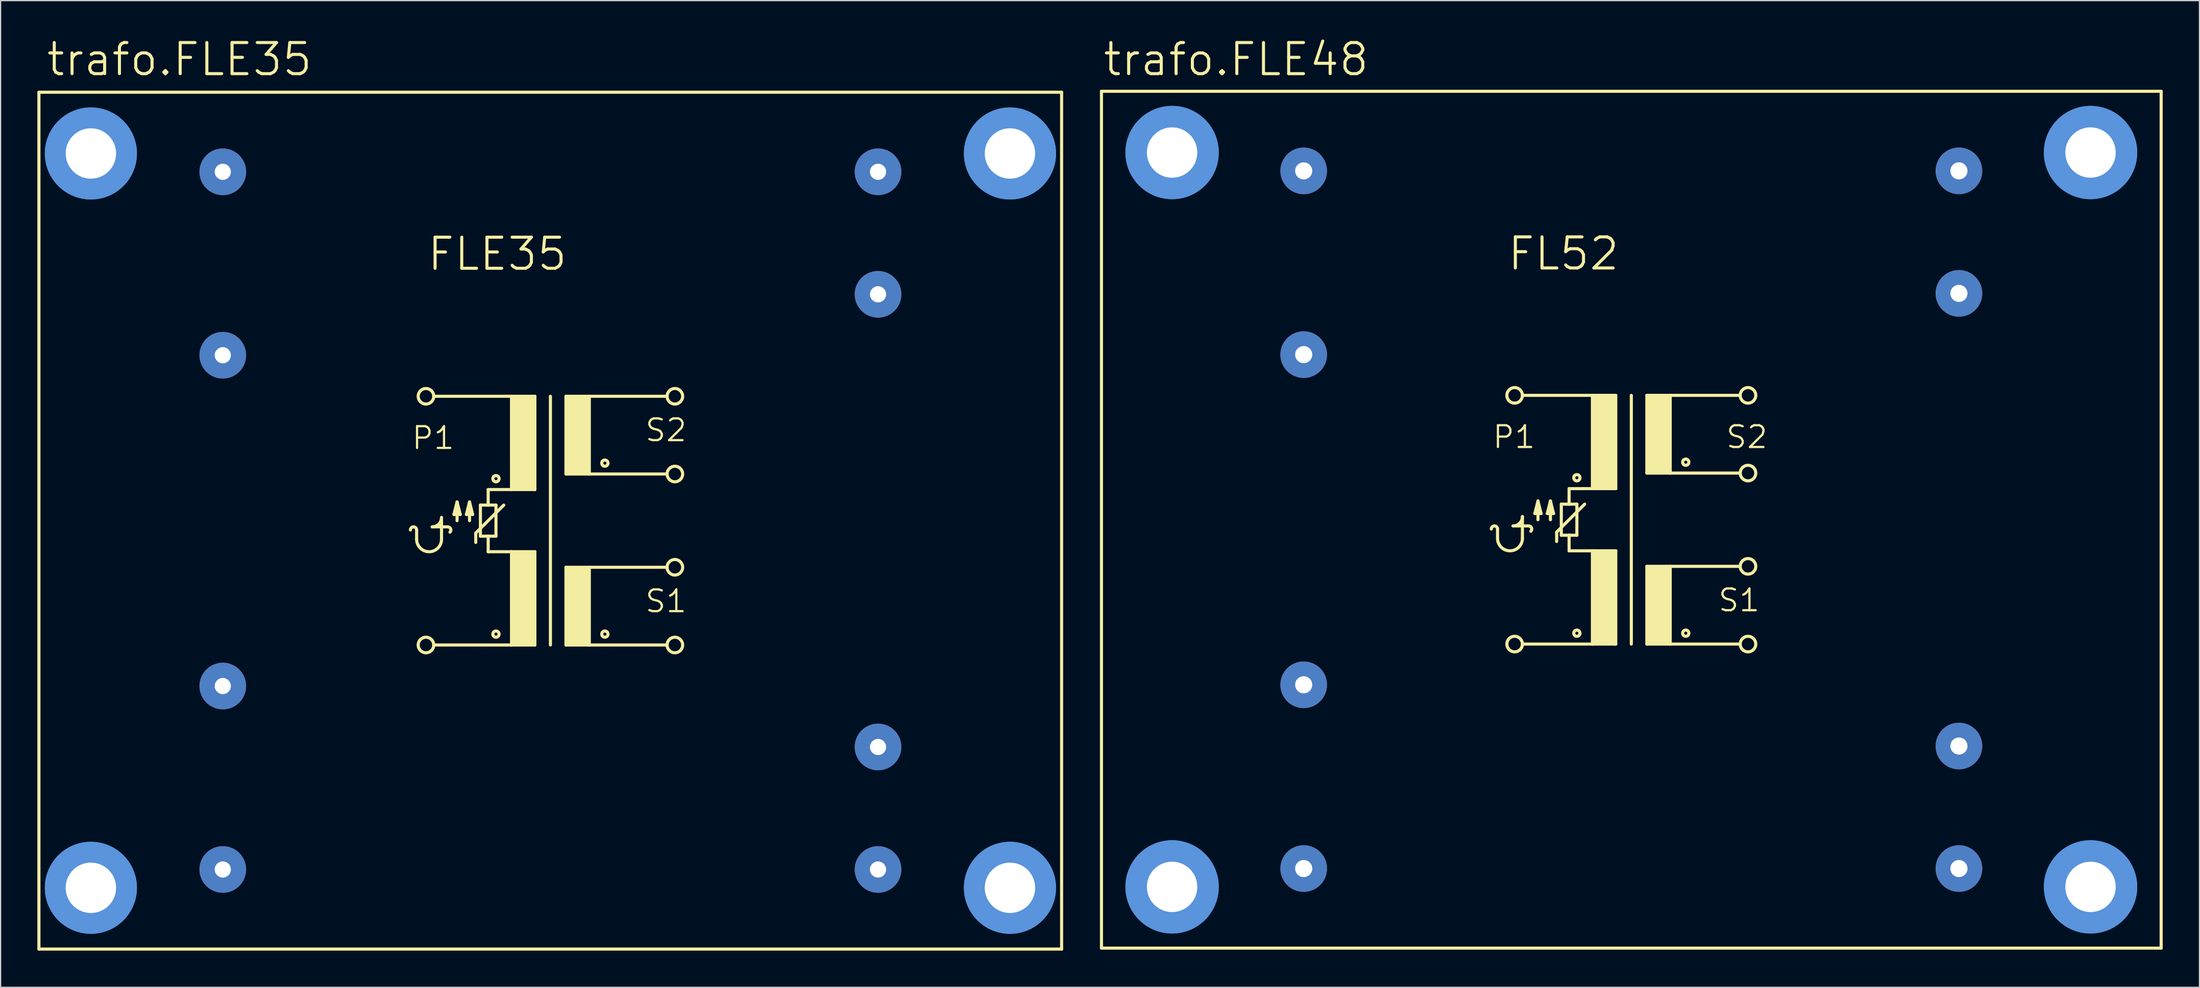
<source format=kicad_pcb>
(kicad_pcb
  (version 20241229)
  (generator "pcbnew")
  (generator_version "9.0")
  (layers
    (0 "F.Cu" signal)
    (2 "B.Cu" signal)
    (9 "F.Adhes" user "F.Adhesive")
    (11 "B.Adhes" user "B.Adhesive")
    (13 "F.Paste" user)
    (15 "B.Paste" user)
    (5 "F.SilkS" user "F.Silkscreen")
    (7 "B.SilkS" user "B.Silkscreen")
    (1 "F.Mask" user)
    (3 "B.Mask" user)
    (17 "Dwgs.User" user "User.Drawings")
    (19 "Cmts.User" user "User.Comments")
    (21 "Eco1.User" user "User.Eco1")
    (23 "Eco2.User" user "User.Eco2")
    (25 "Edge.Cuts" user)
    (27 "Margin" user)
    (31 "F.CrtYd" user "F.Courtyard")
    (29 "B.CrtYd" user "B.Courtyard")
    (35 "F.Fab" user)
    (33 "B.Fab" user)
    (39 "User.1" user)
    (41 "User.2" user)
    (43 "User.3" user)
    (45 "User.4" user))
  (footprint "trafo.FLE35"
    (layer "F.Cu")
    (at 41.885 39.485)
    (property "Reference" "trafo.FLE35" (at -41.275 -36.195 0) (layer "F.SilkS") (effects (font (size 2.54 2.54) (thickness 0.25)) (justify left bottom)))
    (attr through_hole)
    (fp_line (start -41.758 35.001) (end -41.758 -35.001) (stroke (width 0.254) (type default)) (layer "F.SilkS"))
    (fp_line (start -41.758 35.001) (end 41.732 35.001) (stroke (width 0.254) (type default)) (layer "F.SilkS"))
    (fp_line (start -10.922 1.524) (end -10.922 0.762) (stroke (width 0.254) (type default)) (layer "F.SilkS"))
    (fp_line (start -9.652 0.508) (end -8.382 0.508) (stroke (width 0.254) (type default)) (layer "F.SilkS"))
    (fp_line (start -8.89 1.524) (end -8.89 -0.254) (stroke (width 0.254) (type default)) (layer "F.SilkS"))
    (fp_line (start -7.874 -0.508) (end -7.366 -0.508) (stroke (width 0.254) (type default)) (layer "F.SilkS"))
    (fp_line (start -7.62 -1.524) (end -7.874 -0.508) (stroke (width 0.254) (type default)) (layer "F.SilkS"))
    (fp_line (start -7.62 0) (end -7.62 -1.524) (stroke (width 0.254) (type default)) (layer "F.SilkS"))
    (fp_line (start -7.366 -0.508) (end -7.62 -1.524) (stroke (width 0.254) (type default)) (layer "F.SilkS"))
    (fp_line (start -6.858 -0.508) (end -6.35 -0.508) (stroke (width 0.254) (type default)) (layer "F.SilkS"))
    (fp_line (start -6.604 -1.524) (end -6.858 -0.508) (stroke (width 0.254) (type default)) (layer "F.SilkS"))
    (fp_line (start -6.604 0) (end -6.604 -1.524) (stroke (width 0.254) (type default)) (layer "F.SilkS"))
    (fp_line (start -6.35 -0.508) (end -6.604 -1.524) (stroke (width 0.254) (type default)) (layer "F.SilkS"))
    (fp_line (start -6.096 1.016) (end -6.096 1.778) (stroke (width 0.254) (type default)) (layer "F.SilkS"))
    (fp_line (start -5.715 -1.27) (end -5.08 -1.27) (stroke (width 0.254) (type default)) (layer "F.SilkS"))
    (fp_line (start -5.715 1.27) (end -5.715 -1.27) (stroke (width 0.254) (type default)) (layer "F.SilkS"))
    (fp_line (start -5.08 -1.27) (end -5.08 -2.54) (stroke (width 0.254) (type default)) (layer "F.SilkS"))
    (fp_line (start -5.08 -1.27) (end -4.445 -1.27) (stroke (width 0.254) (type default)) (layer "F.SilkS"))
    (fp_line (start -5.08 1.27) (end -5.715 1.27) (stroke (width 0.254) (type default)) (layer "F.SilkS"))
    (fp_line (start -5.08 2.54) (end -5.08 1.27) (stroke (width 0.254) (type default)) (layer "F.SilkS"))
    (fp_line (start -5.08 2.54) (end -3.175 2.54) (stroke (width 0.254) (type default)) (layer "F.SilkS"))
    (fp_line (start -4.445 -1.27) (end -4.445 1.27) (stroke (width 0.254) (type default)) (layer "F.SilkS"))
    (fp_line (start -4.445 1.27) (end -5.08 1.27) (stroke (width 0.254) (type default)) (layer "F.SilkS"))
    (fp_line (start -3.81 -1.27) (end -6.096 1.016) (stroke (width 0.254) (type default)) (layer "F.SilkS"))
    (fp_line (start -3.175 -10.16) (end -9.525 -10.16) (stroke (width 0.254) (type default)) (layer "F.SilkS"))
    (fp_line (start -3.175 -10.16) (end -3.175 -2.54) (stroke (width 0.254) (type default)) (layer "F.SilkS"))
    (fp_line (start -3.175 -10.16) (end -1.27 -10.16) (stroke (width 0.254) (type default)) (layer "F.SilkS"))
    (fp_line (start -3.175 -2.54) (end -5.08 -2.54) (stroke (width 0.254) (type default)) (layer "F.SilkS"))
    (fp_line (start -3.175 2.54) (end -3.175 10.16) (stroke (width 0.254) (type default)) (layer "F.SilkS"))
    (fp_line (start -3.175 2.54) (end -1.27 2.54) (stroke (width 0.254) (type default)) (layer "F.SilkS"))
    (fp_line (start -3.175 10.16) (end -9.525 10.16) (stroke (width 0.254) (type default)) (layer "F.SilkS"))
    (fp_line (start -1.27 -10.16) (end -1.27 -2.54) (stroke (width 0.254) (type default)) (layer "F.SilkS"))
    (fp_line (start -1.27 -2.54) (end -3.175 -2.54) (stroke (width 0.254) (type default)) (layer "F.SilkS"))
    (fp_line (start -1.27 2.54) (end -1.27 10.16) (stroke (width 0.254) (type default)) (layer "F.SilkS"))
    (fp_line (start -1.27 10.16) (end -3.175 10.16) (stroke (width 0.254) (type default)) (layer "F.SilkS"))
    (fp_line (start 0 -10.16) (end 0 10.16) (stroke (width 0.254) (type default)) (layer "F.SilkS"))
    (fp_line (start 1.27 -10.16) (end 1.27 -3.81) (stroke (width 0.254) (type default)) (layer "F.SilkS"))
    (fp_line (start 1.27 -10.16) (end 3.175 -10.16) (stroke (width 0.254) (type default)) (layer "F.SilkS"))
    (fp_line (start 1.27 -3.81) (end 3.175 -3.81) (stroke (width 0.254) (type default)) (layer "F.SilkS"))
    (fp_line (start 1.27 3.81) (end 1.27 10.16) (stroke (width 0.254) (type default)) (layer "F.SilkS"))
    (fp_line (start 1.27 3.81) (end 3.175 3.81) (stroke (width 0.254) (type default)) (layer "F.SilkS"))
    (fp_line (start 1.27 10.16) (end 3.175 10.16) (stroke (width 0.254) (type default)) (layer "F.SilkS"))
    (fp_line (start 3.175 -10.16) (end 9.525 -10.16) (stroke (width 0.254) (type default)) (layer "F.SilkS"))
    (fp_line (start 3.175 -3.81) (end 3.175 -10.16) (stroke (width 0.254) (type default)) (layer "F.SilkS"))
    (fp_line (start 3.175 -3.81) (end 9.525 -3.81) (stroke (width 0.254) (type default)) (layer "F.SilkS"))
    (fp_line (start 3.175 3.81) (end 9.525 3.81) (stroke (width 0.254) (type default)) (layer "F.SilkS"))
    (fp_line (start 3.175 10.16) (end 3.175 3.81) (stroke (width 0.254) (type default)) (layer "F.SilkS"))
    (fp_line (start 3.175 10.16) (end 9.525 10.16) (stroke (width 0.254) (type default)) (layer "F.SilkS"))
    (fp_line (start 41.732 -35.001) (end -41.758 -35.001) (stroke (width 0.254) (type default)) (layer "F.SilkS"))
    (fp_line (start 41.732 -35.001) (end 41.732 35.001) (stroke (width 0.254) (type default)) (layer "F.SilkS"))
    (fp_rect (start -3.175 -2.54) (end -1.27 -10.16) (stroke (width 0.05) (type default)) (fill yes) (layer "F.SilkS"))
    (fp_rect (start -3.175 10.16) (end -1.27 2.54) (stroke (width 0.05) (type default)) (fill yes) (layer "F.SilkS"))
    (fp_rect (start 1.27 -3.81) (end 3.175 -10.16) (stroke (width 0.05) (type default)) (fill yes) (layer "F.SilkS"))
    (fp_rect (start 1.27 10.16) (end 3.175 3.81) (stroke (width 0.05) (type default)) (fill yes) (layer "F.SilkS"))
    (fp_arc (start -11.43 0.762) (mid -11.176 0.508) (end -10.922 0.762) (stroke (width 0.254) (type default)) (layer "F.SilkS"))
    (fp_arc (start -8.89 -0.254) (mid -9.113185 0.284815) (end -9.652 0.508) (stroke (width 0.254) (type default)) (layer "F.SilkS"))
    (fp_arc (start -8.89 1.524) (mid -9.906 2.54) (end -10.922 1.524) (stroke (width 0.254) (type default)) (layer "F.SilkS"))
    (fp_arc (start -8.382 0.508) (mid -8.147403 0.664773) (end -8.2025 0.9415) (stroke (width 0.254) (type default)) (layer "F.SilkS"))
    (fp_circle (center -10.16 -10.16) (end -9.525 -10.16) (stroke (width 0.254) (type default)) (fill no) (layer "F.SilkS"))
    (fp_circle (center -10.16 10.16) (end -9.525 10.16) (stroke (width 0.254) (type default)) (fill no) (layer "F.SilkS"))
    (fp_circle (center -4.445 -3.429) (end -4.191 -3.429) (stroke (width 0.254) (type default)) (fill no) (layer "F.SilkS"))
    (fp_circle (center -4.445 9.271) (end -4.191 9.271) (stroke (width 0.254) (type default)) (fill no) (layer "F.SilkS"))
    (fp_circle (center 4.445 -4.699) (end 4.699 -4.699) (stroke (width 0.254) (type default)) (fill no) (layer "F.SilkS"))
    (fp_circle (center 4.445 9.271) (end 4.699 9.271) (stroke (width 0.254) (type default)) (fill no) (layer "F.SilkS"))
    (fp_circle (center 10.16 -10.16) (end 10.795 -10.16) (stroke (width 0.254) (type default)) (fill no) (layer "F.SilkS"))
    (fp_circle (center 10.16 -3.81) (end 10.795 -3.81) (stroke (width 0.254) (type default)) (fill no) (layer "F.SilkS"))
    (fp_circle (center 10.16 3.81) (end 10.795 3.81) (stroke (width 0.254) (type default)) (fill no) (layer "F.SilkS"))
    (fp_circle (center 10.16 10.16) (end 10.795 10.16) (stroke (width 0.254) (type default)) (fill no) (layer "F.SilkS"))
    (fp_circle (center -37.516 -29.997) (end -34.646 -29.997) (stroke (width 1.778) (type default)) (fill no) (layer "Cmts.User"))
    (fp_circle (center -37.516 -29.997) (end -34.646 -29.997) (stroke (width 1.778) (type default)) (fill no) (layer "Cmts.User"))
    (fp_circle (center -37.516 29.997) (end -34.646 29.997) (stroke (width 1.778) (type default)) (fill no) (layer "Cmts.User"))
    (fp_circle (center -37.516 29.997) (end -34.646 29.997) (stroke (width 1.778) (type default)) (fill no) (layer "Cmts.User"))
    (fp_circle (center 37.516 -29.997) (end 40.386 -29.997) (stroke (width 1.778) (type default)) (fill no) (layer "Cmts.User"))
    (fp_circle (center 37.516 -29.997) (end 40.386 -29.997) (stroke (width 1.778) (type default)) (fill no) (layer "Cmts.User"))
    (fp_circle (center 37.516 29.997) (end 40.386 29.997) (stroke (width 1.778) (type default)) (fill no) (layer "Cmts.User"))
    (fp_circle (center 37.516 29.997) (end 40.386 29.997) (stroke (width 1.778) (type default)) (fill no) (layer "Cmts.User"))
    (fp_text user "S1" (at 7.62 7.62 0) (layer "F.SilkS") (effects (font (size 1.778 1.778) (thickness 0.18)) (justify left bottom)))
    (fp_text user "FLE35" (at -10.185 -20.295 0) (layer "F.SilkS") (effects (font (size 2.54 2.54) (thickness 0.25)) (justify left bottom)))
    (fp_text user "P1" (at -11.43 -5.715 0) (layer "F.SilkS") (effects (font (size 1.778 1.778) (thickness 0.18)) (justify left bottom)))
    (fp_text user "S2" (at 7.62 -6.35 0) (layer "F.SilkS") (effects (font (size 1.778 1.778) (thickness 0.18)) (justify left bottom)))
    (pad "" np_thru_hole circle (at -37.516 -29.997) (size 4.115 4.115) (drill 4.115) (layers "*.Cu" "*.Mask"))
    (pad "" np_thru_hole circle (at -37.516 29.997) (size 4.115 4.115) (drill 4.115) (layers "*.Cu" "*.Mask"))
    (pad "" np_thru_hole circle (at 37.516 -29.997) (size 4.115 4.115) (drill 4.115) (layers "*.Cu" "*.Mask"))
    (pad "" np_thru_hole circle (at 37.516 29.997) (size 4.115 4.115) (drill 4.115) (layers "*.Cu" "*.Mask"))
    (pad "1" thru_hole circle (at -26.746 -28.499) (size 3.81 3.81) (drill 1.321) (layers "*.Cu" "*.Mask"))
    (pad "2" thru_hole circle (at -26.746 -13.513) (size 3.81 3.81) (drill 1.321) (layers "*.Cu" "*.Mask"))
    (pad "3" thru_hole circle (at -26.746 13.513) (size 3.81 3.81) (drill 1.321) (layers "*.Cu" "*.Mask"))
    (pad "4" thru_hole circle (at -26.746 28.499) (size 3.81 3.81) (drill 1.321) (layers "*.Cu" "*.Mask"))
    (pad "5" thru_hole circle (at 26.746 28.499) (size 3.81 3.81) (drill 1.321) (layers "*.Cu" "*.Mask"))
    (pad "6" thru_hole circle (at 26.746 18.491) (size 3.81 3.81) (drill 1.321) (layers "*.Cu" "*.Mask"))
    (pad "7" thru_hole circle (at 26.746 -18.491) (size 3.81 3.81) (drill 1.321) (layers "*.Cu" "*.Mask"))
    (pad "8" thru_hole circle (at 26.746 -28.499) (size 3.81 3.81) (drill 1.321) (layers "*.Cu" "*.Mask")))
  (footprint "trafo.FLE48"
    (layer "F.Cu")
    (at 130.127 39.409)
    (property "Reference" "trafo.FLE48" (at -43.256 -36.119 0) (layer "F.SilkS") (effects (font (size 2.54 2.54) (thickness 0.25)) (justify left bottom)))
    (attr through_hole)
    (fp_line (start -43.256 35.001) (end -43.256 -35.001) (stroke (width 0.254) (type default)) (layer "F.SilkS"))
    (fp_line (start -43.256 35.001) (end 43.256 35.001) (stroke (width 0.254) (type default)) (layer "F.SilkS"))
    (fp_line (start -10.922 1.524) (end -10.922 0.762) (stroke (width 0.254) (type default)) (layer "F.SilkS"))
    (fp_line (start -9.652 0.508) (end -8.382 0.508) (stroke (width 0.254) (type default)) (layer "F.SilkS"))
    (fp_line (start -8.89 -10.16) (end -3.175 -10.16) (stroke (width 0.254) (type default)) (layer "F.SilkS"))
    (fp_line (start -8.89 1.524) (end -8.89 -0.254) (stroke (width 0.254) (type default)) (layer "F.SilkS"))
    (fp_line (start -7.874 -0.508) (end -7.366 -0.508) (stroke (width 0.254) (type default)) (layer "F.SilkS"))
    (fp_line (start -7.62 -1.524) (end -7.874 -0.508) (stroke (width 0.254) (type default)) (layer "F.SilkS"))
    (fp_line (start -7.62 0) (end -7.62 -1.524) (stroke (width 0.254) (type default)) (layer "F.SilkS"))
    (fp_line (start -7.366 -0.508) (end -7.62 -1.524) (stroke (width 0.254) (type default)) (layer "F.SilkS"))
    (fp_line (start -6.858 -0.508) (end -6.35 -0.508) (stroke (width 0.254) (type default)) (layer "F.SilkS"))
    (fp_line (start -6.604 -1.524) (end -6.858 -0.508) (stroke (width 0.254) (type default)) (layer "F.SilkS"))
    (fp_line (start -6.604 0) (end -6.604 -1.524) (stroke (width 0.254) (type default)) (layer "F.SilkS"))
    (fp_line (start -6.35 -0.508) (end -6.604 -1.524) (stroke (width 0.254) (type default)) (layer "F.SilkS"))
    (fp_line (start -6.096 1.016) (end -6.096 1.778) (stroke (width 0.254) (type default)) (layer "F.SilkS"))
    (fp_line (start -5.715 -1.27) (end -5.08 -1.27) (stroke (width 0.254) (type default)) (layer "F.SilkS"))
    (fp_line (start -5.715 1.27) (end -5.715 -1.27) (stroke (width 0.254) (type default)) (layer "F.SilkS"))
    (fp_line (start -5.08 -1.27) (end -5.08 -2.54) (stroke (width 0.254) (type default)) (layer "F.SilkS"))
    (fp_line (start -5.08 -1.27) (end -4.445 -1.27) (stroke (width 0.254) (type default)) (layer "F.SilkS"))
    (fp_line (start -5.08 1.27) (end -5.715 1.27) (stroke (width 0.254) (type default)) (layer "F.SilkS"))
    (fp_line (start -5.08 2.54) (end -5.08 1.27) (stroke (width 0.254) (type default)) (layer "F.SilkS"))
    (fp_line (start -5.08 2.54) (end -3.175 2.54) (stroke (width 0.254) (type default)) (layer "F.SilkS"))
    (fp_line (start -4.445 -1.27) (end -4.445 1.27) (stroke (width 0.254) (type default)) (layer "F.SilkS"))
    (fp_line (start -4.445 1.27) (end -5.08 1.27) (stroke (width 0.254) (type default)) (layer "F.SilkS"))
    (fp_line (start -3.81 -1.27) (end -6.096 1.016) (stroke (width 0.254) (type default)) (layer "F.SilkS"))
    (fp_line (start -3.175 -10.16) (end -3.175 -2.54) (stroke (width 0.254) (type default)) (layer "F.SilkS"))
    (fp_line (start -3.175 -10.16) (end -1.27 -10.16) (stroke (width 0.254) (type default)) (layer "F.SilkS"))
    (fp_line (start -3.175 -2.54) (end -5.08 -2.54) (stroke (width 0.254) (type default)) (layer "F.SilkS"))
    (fp_line (start -3.175 2.54) (end -3.175 10.16) (stroke (width 0.254) (type default)) (layer "F.SilkS"))
    (fp_line (start -3.175 2.54) (end -1.27 2.54) (stroke (width 0.254) (type default)) (layer "F.SilkS"))
    (fp_line (start -3.175 10.16) (end -8.89 10.16) (stroke (width 0.254) (type default)) (layer "F.SilkS"))
    (fp_line (start -1.27 -10.16) (end -1.27 -2.54) (stroke (width 0.254) (type default)) (layer "F.SilkS"))
    (fp_line (start -1.27 -2.54) (end -3.175 -2.54) (stroke (width 0.254) (type default)) (layer "F.SilkS"))
    (fp_line (start -1.27 2.54) (end -1.27 10.16) (stroke (width 0.254) (type default)) (layer "F.SilkS"))
    (fp_line (start -1.27 10.16) (end -3.175 10.16) (stroke (width 0.254) (type default)) (layer "F.SilkS"))
    (fp_line (start 0 -10.16) (end 0 10.16) (stroke (width 0.254) (type default)) (layer "F.SilkS"))
    (fp_line (start 1.27 -10.16) (end 1.27 -3.81) (stroke (width 0.254) (type default)) (layer "F.SilkS"))
    (fp_line (start 1.27 -10.16) (end 3.175 -10.16) (stroke (width 0.254) (type default)) (layer "F.SilkS"))
    (fp_line (start 1.27 -3.81) (end 3.175 -3.81) (stroke (width 0.254) (type default)) (layer "F.SilkS"))
    (fp_line (start 1.27 3.81) (end 1.27 10.16) (stroke (width 0.254) (type default)) (layer "F.SilkS"))
    (fp_line (start 1.27 3.81) (end 3.175 3.81) (stroke (width 0.254) (type default)) (layer "F.SilkS"))
    (fp_line (start 1.27 10.16) (end 3.175 10.16) (stroke (width 0.254) (type default)) (layer "F.SilkS"))
    (fp_line (start 3.175 -10.16) (end 8.89 -10.16) (stroke (width 0.254) (type default)) (layer "F.SilkS"))
    (fp_line (start 3.175 -3.81) (end 3.175 -10.16) (stroke (width 0.254) (type default)) (layer "F.SilkS"))
    (fp_line (start 3.175 -3.81) (end 8.89 -3.81) (stroke (width 0.254) (type default)) (layer "F.SilkS"))
    (fp_line (start 3.175 3.81) (end 8.89 3.81) (stroke (width 0.254) (type default)) (layer "F.SilkS"))
    (fp_line (start 3.175 10.16) (end 3.175 3.81) (stroke (width 0.254) (type default)) (layer "F.SilkS"))
    (fp_line (start 3.175 10.16) (end 8.89 10.16) (stroke (width 0.254) (type default)) (layer "F.SilkS"))
    (fp_line (start 43.256 -35.001) (end -43.256 -35.001) (stroke (width 0.254) (type default)) (layer "F.SilkS"))
    (fp_line (start 43.256 -35.001) (end 43.256 35.001) (stroke (width 0.254) (type default)) (layer "F.SilkS"))
    (fp_rect (start -3.175 -2.54) (end -1.27 -10.16) (stroke (width 0.05) (type default)) (fill yes) (layer "F.SilkS"))
    (fp_rect (start -3.175 10.16) (end -1.27 2.54) (stroke (width 0.05) (type default)) (fill yes) (layer "F.SilkS"))
    (fp_rect (start 1.27 -3.81) (end 3.175 -10.16) (stroke (width 0.05) (type default)) (fill yes) (layer "F.SilkS"))
    (fp_rect (start 1.27 10.16) (end 3.175 3.81) (stroke (width 0.05) (type default)) (fill yes) (layer "F.SilkS"))
    (fp_arc (start -11.43 0.762) (mid -11.176 0.508) (end -10.922 0.762) (stroke (width 0.254) (type default)) (layer "F.SilkS"))
    (fp_arc (start -8.89 -0.254) (mid -9.113185 0.284815) (end -9.652 0.508) (stroke (width 0.254) (type default)) (layer "F.SilkS"))
    (fp_arc (start -8.89 1.524) (mid -9.906 2.54) (end -10.922 1.524) (stroke (width 0.254) (type default)) (layer "F.SilkS"))
    (fp_arc (start -8.382 0.508) (mid -8.147403 0.664773) (end -8.2025 0.9415) (stroke (width 0.254) (type default)) (layer "F.SilkS"))
    (fp_circle (center -9.525 -10.16) (end -8.89 -10.16) (stroke (width 0.254) (type default)) (fill no) (layer "F.SilkS"))
    (fp_circle (center -9.525 10.16) (end -8.89 10.16) (stroke (width 0.254) (type default)) (fill no) (layer "F.SilkS"))
    (fp_circle (center -4.445 -3.429) (end -4.191 -3.429) (stroke (width 0.254) (type default)) (fill no) (layer "F.SilkS"))
    (fp_circle (center -4.445 9.271) (end -4.191 9.271) (stroke (width 0.254) (type default)) (fill no) (layer "F.SilkS"))
    (fp_circle (center 4.445 -4.699) (end 4.699 -4.699) (stroke (width 0.254) (type default)) (fill no) (layer "F.SilkS"))
    (fp_circle (center 4.445 9.271) (end 4.699 9.271) (stroke (width 0.254) (type default)) (fill no) (layer "F.SilkS"))
    (fp_circle (center 9.525 -10.16) (end 10.16 -10.16) (stroke (width 0.254) (type default)) (fill no) (layer "F.SilkS"))
    (fp_circle (center 9.525 -3.81) (end 10.16 -3.81) (stroke (width 0.254) (type default)) (fill no) (layer "F.SilkS"))
    (fp_circle (center 9.525 3.81) (end 10.16 3.81) (stroke (width 0.254) (type default)) (fill no) (layer "F.SilkS"))
    (fp_circle (center 9.525 10.16) (end 10.16 10.16) (stroke (width 0.254) (type default)) (fill no) (layer "F.SilkS"))
    (fp_circle (center -37.49 -29.997) (end -34.569 -29.997) (stroke (width 1.778) (type default)) (fill no) (layer "Cmts.User"))
    (fp_circle (center -37.49 -29.997) (end -34.569 -29.997) (stroke (width 1.778) (type default)) (fill no) (layer "Cmts.User"))
    (fp_circle (center -37.49 29.997) (end -34.569 29.997) (stroke (width 1.778) (type default)) (fill no) (layer "Cmts.User"))
    (fp_circle (center -37.49 29.997) (end -34.569 29.997) (stroke (width 1.778) (type default)) (fill no) (layer "Cmts.User"))
    (fp_circle (center 37.49 -29.997) (end 40.411 -29.997) (stroke (width 1.778) (type default)) (fill no) (layer "Cmts.User"))
    (fp_circle (center 37.49 -29.997) (end 40.411 -29.997) (stroke (width 1.778) (type default)) (fill no) (layer "Cmts.User"))
    (fp_circle (center 37.49 29.997) (end 40.411 29.997) (stroke (width 1.778) (type default)) (fill no) (layer "Cmts.User"))
    (fp_circle (center 37.49 29.997) (end 40.411 29.997) (stroke (width 1.778) (type default)) (fill no) (layer "Cmts.User"))
    (fp_text user "S2" (at 7.62 -5.715 0) (layer "F.SilkS") (effects (font (size 1.778 1.778) (thickness 0.18)) (justify left bottom)))
    (fp_text user "FL52" (at -10.236 -20.244 0) (layer "F.SilkS") (effects (font (size 2.54 2.54) (thickness 0.25)) (justify left bottom)))
    (fp_text user "S1" (at 6.985 7.62 0) (layer "F.SilkS") (effects (font (size 1.778 1.778) (thickness 0.18)) (justify left bottom)))
    (fp_text user "P1" (at -11.43 -5.715 0) (layer "F.SilkS") (effects (font (size 1.778 1.778) (thickness 0.18)) (justify left bottom)))
    (pad "" np_thru_hole circle (at -37.49 -29.997) (size 4.115 4.115) (drill 4.115) (layers "*.Cu" "*.Mask"))
    (pad "" np_thru_hole circle (at -37.49 29.997) (size 4.115 4.115) (drill 4.115) (layers "*.Cu" "*.Mask"))
    (pad "" np_thru_hole circle (at 37.49 -29.997) (size 4.115 4.115) (drill 4.115) (layers "*.Cu" "*.Mask"))
    (pad "" np_thru_hole circle (at 37.49 29.997) (size 4.115 4.115) (drill 4.115) (layers "*.Cu" "*.Mask"))
    (pad "1" thru_hole circle (at -26.746 -28.499) (size 3.81 3.81) (drill 1.397) (layers "*.Cu" "*.Mask"))
    (pad "2" thru_hole circle (at -26.746 -13.487) (size 3.81 3.81) (drill 1.397) (layers "*.Cu" "*.Mask"))
    (pad "3" thru_hole circle (at -26.746 13.487) (size 3.81 3.81) (drill 1.397) (layers "*.Cu" "*.Mask"))
    (pad "4" thru_hole circle (at -26.746 28.499) (size 3.81 3.81) (drill 1.397) (layers "*.Cu" "*.Mask"))
    (pad "5" thru_hole circle (at 26.746 28.499) (size 3.81 3.81) (drill 1.397) (layers "*.Cu" "*.Mask"))
    (pad "6" thru_hole circle (at 26.746 18.491) (size 3.81 3.81) (drill 1.397) (layers "*.Cu" "*.Mask"))
    (pad "7" thru_hole circle (at 26.746 -18.491) (size 3.81 3.81) (drill 1.397) (layers "*.Cu" "*.Mask"))
    (pad "8" thru_hole circle (at 26.746 -28.499) (size 3.81 3.81) (drill 1.397) (layers "*.Cu" "*.Mask")))
  (gr_rect
    (start -3 -3)
    (end 176.51 77.613)
    (stroke (width 0.1) (type default))
    (fill no)
    (layer "Edge.Cuts")))
</source>
